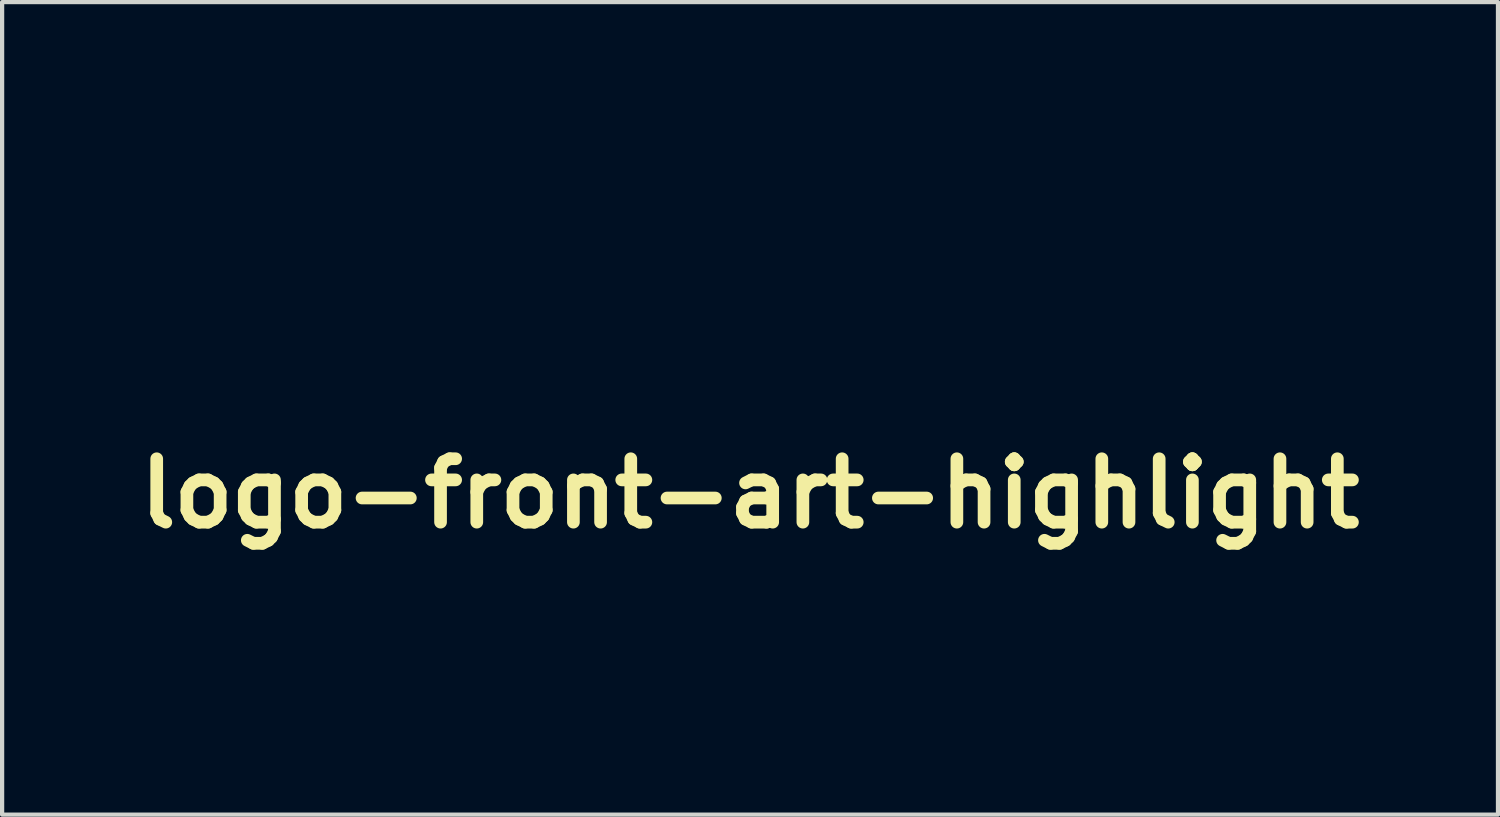
<source format=kicad_pcb>
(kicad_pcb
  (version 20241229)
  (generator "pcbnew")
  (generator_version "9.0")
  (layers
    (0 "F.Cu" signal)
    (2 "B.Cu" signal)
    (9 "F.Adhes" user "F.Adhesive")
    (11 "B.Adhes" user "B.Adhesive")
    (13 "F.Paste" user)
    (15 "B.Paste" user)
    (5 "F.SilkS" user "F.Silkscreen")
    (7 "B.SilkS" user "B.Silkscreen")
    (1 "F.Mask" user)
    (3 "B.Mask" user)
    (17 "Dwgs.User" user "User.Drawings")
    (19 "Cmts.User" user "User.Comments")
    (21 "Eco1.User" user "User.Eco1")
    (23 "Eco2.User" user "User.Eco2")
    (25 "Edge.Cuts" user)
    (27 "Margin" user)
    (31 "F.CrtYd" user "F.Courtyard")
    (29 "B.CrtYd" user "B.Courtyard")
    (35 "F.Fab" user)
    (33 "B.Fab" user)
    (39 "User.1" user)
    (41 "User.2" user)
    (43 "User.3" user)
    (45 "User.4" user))
  (footprint "logo-front-art-highlight"
    (layer "F.Cu")
    (at 14.693 8.624)
    (property "Reference" "logo-front-art-highlight" (at 0 0 0) (layer "F.SilkS") (effects (font (size 1.5 1.5) (thickness 0.3))))
    (attr board_only exclude_from_pos_files exclude_from_bom)
    (fp_poly (pts (xy 9.251 2.432) (xy 9.398 2.476) (xy 9.597 2.552) (xy 9.844 2.658) (xy 10.067 2.755) (xy 10.282 2.85) (xy 10.47 2.934) (xy 10.612 2.999) (xy 10.667 3.025) (xy 10.832 3.122) (xy 10.973 3.242) (xy 11.074 3.366) (xy 11.119 3.479) (xy 11.12 3.495) (xy 11.089 3.606) (xy 11.006 3.746) (xy 10.884 3.899) (xy 10.738 4.051) (xy 10.581 4.186) (xy 10.427 4.287) (xy 10.412 4.295) (xy 10.235 4.351) (xy 10.062 4.348) (xy 9.916 4.286) (xy 9.91 4.281) (xy 9.844 4.211) (xy 9.746 4.087) (xy 9.626 3.921) (xy 9.494 3.73) (xy 9.359 3.526) (xy 9.23 3.324) (xy 9.117 3.139) (xy 9.029 2.984) (xy 8.975 2.873) (xy 8.967 2.849) (xy 8.938 2.723) (xy 8.944 2.632) (xy 8.968 2.57) (xy 9.014 2.491) (xy 9.07 2.441) (xy 9.145 2.421)) (stroke (width 0) (type solid)) (fill yes) (layer "F.Mask"))
    (fp_poly (pts (xy -8.372 2.307) (xy -8.235 2.385) (xy -8.171 2.497) (xy -8.18 2.64) (xy -8.262 2.813) (xy -8.271 2.827) (xy -8.345 2.936) (xy -8.45 3.081) (xy -8.573 3.249) (xy -8.706 3.427) (xy -8.839 3.6) (xy -8.96 3.757) (xy -9.061 3.883) (xy -9.131 3.966) (xy -9.154 3.99) (xy -9.271 4.035) (xy -9.433 4.018) (xy -9.591 3.961) (xy -9.723 3.894) (xy -9.877 3.805) (xy -9.971 3.746) (xy -10.096 3.669) (xy -10.205 3.609) (xy -10.262 3.584) (xy -10.333 3.544) (xy -10.433 3.463) (xy -10.517 3.383) (xy -10.616 3.274) (xy -10.663 3.195) (xy -10.669 3.127) (xy -10.666 3.108) (xy -10.63 3.038) (xy -10.554 2.982) (xy -10.426 2.934) (xy -10.232 2.888) (xy -10.193 2.88) (xy -10.053 2.844) (xy -9.871 2.786) (xy -9.676 2.716) (xy -9.588 2.681) (xy -9.332 2.581) (xy -9.082 2.49) (xy -8.85 2.413) (xy -8.65 2.354) (xy -8.493 2.316) (xy -8.393 2.304)) (stroke (width 0) (type solid)) (fill yes) (layer "F.Mask"))
    (fp_poly (pts (xy 8.835 -8.25) (xy 9.006 -8.216) (xy 9.19 -8.157) (xy 9.359 -8.081) (xy 9.466 -8.013) (xy 9.57 -7.941) (xy 9.727 -7.841) (xy 9.921 -7.725) (xy 10.135 -7.602) (xy 10.35 -7.482) (xy 10.552 -7.374) (xy 10.66 -7.319) (xy 10.832 -7.206) (xy 10.937 -7.072) (xy 10.97 -6.928) (xy 10.954 -6.839) (xy 10.937 -6.795) (xy 10.915 -6.76) (xy 10.876 -6.728) (xy 10.809 -6.693) (xy 10.703 -6.65) (xy 10.548 -6.593) (xy 10.332 -6.517) (xy 10.24 -6.486) (xy 10.05 -6.418) (xy 9.821 -6.335) (xy 9.591 -6.25) (xy 9.48 -6.209) (xy 9.252 -6.124) (xy 9.087 -6.066) (xy 8.971 -6.032) (xy 8.893 -6.022) (xy 8.841 -6.031) (xy 8.801 -6.058) (xy 8.782 -6.077) (xy 8.745 -6.154) (xy 8.705 -6.304) (xy 8.662 -6.517) (xy 8.619 -6.786) (xy 8.576 -7.104) (xy 8.535 -7.462) (xy 8.522 -7.595) (xy 8.503 -7.833) (xy 8.503 -8.004) (xy 8.525 -8.121) (xy 8.572 -8.194) (xy 8.647 -8.236) (xy 8.704 -8.251)) (stroke (width 0) (type solid)) (fill yes) (layer "F.Mask"))
    (fp_poly (pts (xy -8.814 -8.162) (xy -8.729 -8.053) (xy -8.682 -7.928) (xy -8.63 -7.688) (xy -8.585 -7.397) (xy -8.55 -7.084) (xy -8.53 -6.779) (xy -8.526 -6.511) (xy -8.527 -6.49) (xy -8.534 -6.301) (xy -8.544 -6.175) (xy -8.561 -6.094) (xy -8.589 -6.041) (xy -8.631 -5.999) (xy -8.639 -5.993) (xy -8.733 -5.94) (xy -8.854 -5.926) (xy -8.919 -5.93) (xy -9.051 -5.931) (xy -9.225 -5.917) (xy -9.4 -5.892) (xy -9.589 -5.861) (xy -9.814 -5.828) (xy -10.03 -5.8) (xy -10.06 -5.796) (xy -10.361 -5.753) (xy -10.657 -5.693) (xy -10.982 -5.609) (xy -11.095 -5.577) (xy -11.218 -5.542) (xy -11.293 -5.527) (xy -11.348 -5.531) (xy -11.411 -5.554) (xy -11.427 -5.56) (xy -11.535 -5.639) (xy -11.584 -5.752) (xy -11.573 -5.875) (xy -11.502 -5.987) (xy -11.449 -6.027) (xy -11.319 -6.121) (xy -11.14 -6.268) (xy -10.917 -6.464) (xy -10.656 -6.705) (xy -10.362 -6.985) (xy -10.32 -7.025) (xy -10.086 -7.248) (xy -9.852 -7.463) (xy -9.626 -7.664) (xy -9.417 -7.842) (xy -9.233 -7.992) (xy -9.083 -8.106) (xy -8.973 -8.178) (xy -8.917 -8.2)) (stroke (width 0) (type solid)) (fill yes) (layer "F.Mask"))
    (fp_poly (pts (xy -8.747 -5.552) (xy -8.62 -5.517) (xy -8.538 -5.462) (xy -8.461 -5.346) (xy -8.443 -5.205) (xy -8.484 -5.029) (xy -8.581 -4.815) (xy -8.661 -4.648) (xy -8.695 -4.525) (xy -8.681 -4.425) (xy -8.619 -4.327) (xy -8.574 -4.276) (xy -8.476 -4.172) (xy -8.452 -2.916) (xy -8.446 -2.577) (xy -8.439 -2.239) (xy -8.433 -1.915) (xy -8.428 -1.623) (xy -8.424 -1.376) (xy -8.42 -1.191) (xy -8.42 -1.16) (xy -8.41 -0.637) (xy -8.397 -0.165) (xy -8.382 0.252) (xy -8.364 0.61) (xy -8.345 0.904) (xy -8.324 1.129) (xy -8.302 1.28) (xy -8.294 1.316) (xy -8.262 1.444) (xy -8.255 1.523) (xy -8.274 1.582) (xy -8.31 1.635) (xy -8.376 1.69) (xy -8.505 1.768) (xy -8.686 1.866) (xy -8.908 1.977) (xy -9.158 2.098) (xy -9.426 2.221) (xy -9.7 2.343) (xy -9.969 2.459) (xy -10.221 2.562) (xy -10.445 2.649) (xy -10.63 2.714) (xy -10.765 2.752) (xy -10.82 2.76) (xy -10.878 2.74) (xy -10.969 2.693) (xy -10.983 2.685) (xy -11.051 2.638) (xy -11.107 2.581) (xy -11.154 2.506) (xy -11.195 2.403) (xy -11.232 2.263) (xy -11.267 2.079) (xy -11.303 1.84) (xy -11.342 1.538) (xy -11.38 1.22) (xy -11.398 1.01) (xy -11.414 0.739) (xy -11.427 0.424) (xy -11.434 0.083) (xy -11.437 -0.22) (xy -11.439 -0.727) (xy -11.444 -1.208) (xy -11.451 -1.656) (xy -11.461 -2.062) (xy -11.472 -2.42) (xy -11.486 -2.722) (xy -11.501 -2.959) (xy -11.517 -3.125) (xy -11.519 -3.14) (xy -11.539 -3.314) (xy -11.55 -3.485) (xy -11.551 -3.6) (xy -11.55 -3.703) (xy -11.553 -3.866) (xy -11.559 -4.072) (xy -11.569 -4.302) (xy -11.575 -4.423) (xy -11.608 -5.066) (xy -11.509 -5.181) (xy -11.457 -5.237) (xy -11.403 -5.271) (xy -11.328 -5.29) (xy -11.211 -5.298) (xy -11.055 -5.301) (xy -10.87 -5.308) (xy -10.658 -5.325) (xy -10.409 -5.353) (xy -10.111 -5.395) (xy -9.754 -5.45) (xy -9.46 -5.498) (xy -9.158 -5.542) (xy -8.924 -5.56)) (stroke (width 0) (type solid)) (fill yes) (layer "F.Mask"))
    (fp_poly (pts (xy 10.98 -6.181) (xy 11.088 -6.123) (xy 11.167 -6.01) (xy 11.221 -5.837) (xy 11.257 -5.597) (xy 11.281 -5.284) (xy 11.285 -5.2) (xy 11.299 -4.941) (xy 11.317 -4.668) (xy 11.335 -4.411) (xy 11.353 -4.198) (xy 11.357 -4.16) (xy 11.37 -3.992) (xy 11.383 -3.755) (xy 11.396 -3.459) (xy 11.409 -3.117) (xy 11.422 -2.738) (xy 11.433 -2.334) (xy 11.443 -1.915) (xy 11.452 -1.492) (xy 11.459 -1.077) (xy 11.465 -0.68) (xy 11.469 -0.311) (xy 11.47 0.017) (xy 11.468 0.294) (xy 11.464 0.509) (xy 11.463 0.54) (xy 11.447 0.911) (xy 11.428 1.27) (xy 11.407 1.609) (xy 11.384 1.919) (xy 11.36 2.189) (xy 11.336 2.412) (xy 11.312 2.578) (xy 11.29 2.678) (xy 11.28 2.7) (xy 11.217 2.74) (xy 11.111 2.753) (xy 10.955 2.736) (xy 10.741 2.69) (xy 10.5 2.625) (xy 10.152 2.523) (xy 9.874 2.43) (xy 9.657 2.344) (xy 9.493 2.258) (xy 9.373 2.168) (xy 9.288 2.068) (xy 9.23 1.954) (xy 9.199 1.852) (xy 9.187 1.774) (xy 9.176 1.631) (xy 9.166 1.423) (xy 9.156 1.146) (xy 9.146 0.798) (xy 9.137 0.378) (xy 9.128 -0.117) (xy 9.119 -0.688) (xy 9.115 -0.98) (xy 9.109 -1.437) (xy 9.103 -1.873) (xy 9.097 -2.282) (xy 9.091 -2.657) (xy 9.085 -2.99) (xy 9.081 -3.274) (xy 9.076 -3.502) (xy 9.073 -3.667) (xy 9.07 -3.762) (xy 9.07 -3.778) (xy 9.07 -3.881) (xy 9.1 -3.945) (xy 9.178 -4.002) (xy 9.216 -4.025) (xy 9.321 -4.093) (xy 9.396 -4.159) (xy 9.409 -4.178) (xy 9.419 -4.261) (xy 9.393 -4.396) (xy 9.339 -4.567) (xy 9.261 -4.758) (xy 9.164 -4.951) (xy 9.135 -5.003) (xy 9.046 -5.175) (xy 8.999 -5.316) (xy 8.984 -5.458) (xy 8.983 -5.46) (xy 8.98 -5.529) (xy 8.979 -5.58) (xy 8.99 -5.62) (xy 9.022 -5.653) (xy 9.086 -5.686) (xy 9.19 -5.722) (xy 9.346 -5.768) (xy 9.562 -5.829) (xy 9.74 -5.879) (xy 9.947 -5.939) (xy 10.153 -6.001) (xy 10.331 -6.056) (xy 10.42 -6.086) (xy 10.652 -6.156) (xy 10.837 -6.19)) (stroke (width 0) (type solid)) (fill yes) (layer "F.Mask"))
    (fp_poly (pts (xy -1.058 -8.622) (xy -0.766 -8.614) (xy -0.412 -8.601) (xy -0.41 -8.601) (xy -0.117 -8.589) (xy 0.158 -8.577) (xy 0.403 -8.566) (xy 0.603 -8.555) (xy 0.748 -8.546) (xy 0.82 -8.54) (xy 1.026 -8.517) (xy 1.295 -8.494) (xy 1.612 -8.47) (xy 1.96 -8.446) (xy 2.322 -8.424) (xy 2.683 -8.405) (xy 3.025 -8.39) (xy 3.32 -8.38) (xy 3.615 -8.37) (xy 3.921 -8.354) (xy 4.214 -8.335) (xy 4.473 -8.315) (xy 4.675 -8.294) (xy 4.68 -8.293) (xy 4.936 -8.265) (xy 5.185 -8.25) (xy 5.453 -8.246) (xy 5.767 -8.253) (xy 5.86 -8.257) (xy 6.158 -8.269) (xy 6.497 -8.281) (xy 6.84 -8.293) (xy 7.15 -8.303) (xy 7.213 -8.305) (xy 7.886 -8.325) (xy 8.02 -8.223) (xy 8.097 -8.154) (xy 8.155 -8.071) (xy 8.199 -7.961) (xy 8.232 -7.809) (xy 8.26 -7.603) (xy 8.279 -7.4) (xy 8.306 -7.06) (xy 8.319 -6.792) (xy 8.318 -6.585) (xy 8.304 -6.434) (xy 8.275 -6.329) (xy 8.244 -6.274) (xy 8.219 -6.246) (xy 8.19 -6.224) (xy 8.147 -6.207) (xy 8.08 -6.194) (xy 7.981 -6.184) (xy 7.838 -6.177) (xy 7.643 -6.171) (xy 7.385 -6.165) (xy 7.114 -6.16) (xy 6.794 -6.154) (xy 6.544 -6.151) (xy 6.356 -6.151) (xy 6.219 -6.154) (xy 6.123 -6.161) (xy 6.06 -6.172) (xy 6.02 -6.187) (xy 5.992 -6.208) (xy 5.99 -6.21) (xy 5.934 -6.258) (xy 5.879 -6.274) (xy 5.804 -6.256) (xy 5.686 -6.203) (xy 5.63 -6.175) (xy 5.54 -6.131) (xy 5.465 -6.102) (xy 5.386 -6.088) (xy 5.284 -6.086) (xy 5.14 -6.094) (xy 4.941 -6.111) (xy 4.713 -6.126) (xy 4.493 -6.131) (xy 4.309 -6.128) (xy 4.22 -6.12) (xy 4.06 -6.107) (xy 3.861 -6.103) (xy 3.662 -6.108) (xy 3.637 -6.109) (xy 3.295 -6.131) (xy 3.186 -6.339) (xy 3.066 -6.53) (xy 2.902 -6.74) (xy 2.717 -6.942) (xy 2.533 -7.11) (xy 2.521 -7.119) (xy 2.364 -7.243) (xy 1.572 -6.727) (xy 0.78 -6.211) (xy -0.34 -6.156) (xy -0.875 -6.131) (xy -1.342 -6.114) (xy -1.752 -6.104) (xy -2.115 -6.101) (xy -2.443 -6.104) (xy -2.66 -6.111) (xy -2.831 -6.115) (xy -3.062 -6.117) (xy -3.342 -6.118) (xy -3.661 -6.116) (xy -4.006 -6.113) (xy -4.369 -6.109) (xy -4.737 -6.103) (xy -5.101 -6.096) (xy -5.449 -6.089) (xy -5.771 -6.081) (xy -6.055 -6.072) (xy -6.292 -6.063) (xy -6.471 -6.054) (xy -6.58 -6.045) (xy -6.862 -6.017) (xy -7.114 -6.006) (xy -7.317 -6.012) (xy -7.42 -6.027) (xy -7.557 -6.07) (xy -7.653 -6.141) (xy -7.716 -6.253) (xy -7.756 -6.419) (xy -7.776 -6.586) (xy -7.801 -6.744) (xy -7.848 -6.938) (xy -7.907 -7.131) (xy -7.919 -7.164) (xy -7.974 -7.321) (xy -8.016 -7.455) (xy -8.038 -7.544) (xy -8.04 -7.561) (xy -8.058 -7.63) (xy -8.106 -7.741) (xy -8.159 -7.844) (xy -8.251 -8.056) (xy -8.277 -8.238) (xy -8.237 -8.383) (xy -8.133 -8.486) (xy -8.071 -8.516) (xy -7.989 -8.53) (xy -7.847 -8.538) (xy -7.667 -8.539) (xy -7.515 -8.534) (xy -7.28 -8.53) (xy -7.024 -8.535) (xy -6.786 -8.548) (xy -6.681 -8.559) (xy -6.542 -8.575) (xy -6.415 -8.588) (xy -6.289 -8.597) (xy -6.155 -8.603) (xy -6.004 -8.606) (xy -5.827 -8.606) (xy -5.614 -8.603) (xy -5.355 -8.596) (xy -5.042 -8.586) (xy -4.665 -8.573) (xy -4.36 -8.562) (xy -3.963 -8.548) (xy -3.634 -8.538) (xy -3.361 -8.532) (xy -3.131 -8.529) (xy -2.932 -8.53) (xy -2.752 -8.535) (xy -2.578 -8.544) (xy -2.4 -8.558) (xy -2.203 -8.575) (xy -2.19 -8.576) (xy -1.949 -8.597) (xy -1.733 -8.612) (xy -1.524 -8.621) (xy -1.304 -8.624)) (stroke (width 0) (type solid)) (fill yes) (layer "F.Mask"))
    (fp_poly (pts (xy -6.712 2.397) (xy -6.359 2.404) (xy -5.969 2.415) (xy -5.55 2.43) (xy -5.108 2.447) (xy -4.84 2.459) (xy -4.509 2.474) (xy -4.189 2.488) (xy -3.892 2.5) (xy -3.633 2.509) (xy -3.422 2.516) (xy -3.272 2.519) (xy -3.229 2.52) (xy -3.052 2.525) (xy -2.919 2.544) (xy -2.794 2.587) (xy -2.669 2.647) (xy -2.515 2.718) (xy -2.337 2.79) (xy -2.152 2.858) (xy -1.976 2.915) (xy -1.828 2.956) (xy -1.726 2.974) (xy -1.694 2.972) (xy -1.643 2.929) (xy -1.571 2.842) (xy -1.531 2.786) (xy -1.42 2.62) (xy -0.56 2.603) (xy -0.256 2.597) (xy 0.068 2.592) (xy 0.385 2.587) (xy 0.672 2.584) (xy 0.894 2.583) (xy 1.488 2.58) (xy 1.562 2.774) (xy 1.646 2.957) (xy 1.734 3.068) (xy 1.836 3.116) (xy 1.88 3.12) (xy 1.979 3.106) (xy 2.132 3.067) (xy 2.322 3.01) (xy 2.529 2.942) (xy 2.733 2.869) (xy 2.916 2.797) (xy 3.06 2.733) (xy 3.121 2.699) (xy 3.293 2.591) (xy 5.236 2.616) (xy 5.881 2.625) (xy 6.448 2.635) (xy 6.939 2.646) (xy 7.356 2.658) (xy 7.701 2.671) (xy 7.975 2.686) (xy 8.182 2.702) (xy 8.322 2.719) (xy 8.398 2.738) (xy 8.405 2.742) (xy 8.463 2.794) (xy 8.554 2.898) (xy 8.664 3.035) (xy 8.781 3.191) (xy 8.894 3.35) (xy 8.98 3.48) (xy 9.07 3.614) (xy 9.183 3.767) (xy 9.257 3.86) (xy 9.442 4.093) (xy 9.569 4.276) (xy 9.643 4.411) (xy 9.663 4.502) (xy 9.66 4.52) (xy 9.635 4.565) (xy 9.583 4.588) (xy 9.484 4.597) (xy 9.387 4.597) (xy 9.242 4.59) (xy 9.119 4.575) (xy 9.06 4.56) (xy 9 4.55) (xy 8.871 4.541) (xy 8.685 4.533) (xy 8.453 4.527) (xy 8.186 4.522) (xy 7.9 4.519) (xy 7.264 4.516) (xy 6.704 4.512) (xy 6.214 4.508) (xy 5.79 4.503) (xy 5.427 4.497) (xy 5.121 4.49) (xy 4.866 4.483) (xy 4.659 4.474) (xy 4.494 4.465) (xy 4.367 4.454) (xy 4.273 4.442) (xy 4.24 4.436) (xy 4.075 4.413) (xy 3.847 4.399) (xy 3.55 4.393) (xy 3.2 4.396) (xy 2.957 4.399) (xy 2.746 4.402) (xy 2.557 4.405) (xy 2.379 4.406) (xy 2.202 4.407) (xy 2.015 4.406) (xy 1.807 4.405) (xy 1.569 4.402) (xy 1.288 4.398) (xy 0.955 4.394) (xy 0.56 4.388) (xy 0.28 4.383) (xy -0.13 4.377) (xy -0.569 4.372) (xy -1.017 4.368) (xy -1.455 4.365) (xy -1.865 4.362) (xy -2.227 4.361) (xy -2.44 4.361) (xy -2.871 4.36) (xy -3.233 4.354) (xy -3.534 4.344) (xy -3.786 4.328) (xy -3.997 4.307) (xy -4.037 4.302) (xy -4.263 4.276) (xy -4.5 4.255) (xy -4.715 4.242) (xy -4.822 4.24) (xy -4.991 4.235) (xy -5.211 4.222) (xy -5.454 4.202) (xy -5.692 4.177) (xy -5.695 4.177) (xy -5.953 4.15) (xy -6.153 4.137) (xy -6.316 4.137) (xy -6.464 4.149) (xy -6.518 4.157) (xy -6.88 4.195) (xy -7.194 4.187) (xy -7.482 4.133) (xy -7.484 4.132) (xy -7.61 4.1) (xy -7.71 4.086) (xy -7.812 4.09) (xy -7.947 4.111) (xy -8.057 4.134) (xy -8.252 4.169) (xy -8.391 4.179) (xy -8.493 4.16) (xy -8.578 4.113) (xy -8.61 4.088) (xy -8.667 4.016) (xy -8.68 3.928) (xy -8.645 3.817) (xy -8.558 3.674) (xy -8.417 3.492) (xy -8.294 3.349) (xy -8.199 3.227) (xy -8.127 3.107) (xy -8.099 3.035) (xy -8.055 2.92) (xy -7.997 2.837) (xy -7.929 2.757) (xy -7.849 2.645) (xy -7.823 2.605) (xy -7.753 2.503) (xy -7.693 2.432) (xy -7.675 2.417) (xy -7.613 2.405) (xy -7.479 2.397) (xy -7.28 2.393) (xy -7.022 2.393)) (stroke (width 0) (type solid)) (fill yes) (layer "F.Mask"))
    (fp_poly (pts (xy 6.479 -5.753) (xy 6.648 -5.742) (xy 6.885 -5.723) (xy 7.194 -5.695) (xy 7.579 -5.658) (xy 7.78 -5.638) (xy 7.935 -5.623) (xy 8.06 -5.61) (xy 8.133 -5.603) (xy 8.14 -5.602) (xy 8.123 -5.584) (xy 8.046 -5.535) (xy 7.922 -5.463) (xy 7.764 -5.375) (xy 7.74 -5.362) (xy 7.507 -5.233) (xy 7.337 -5.13) (xy 7.223 -5.046) (xy 7.155 -4.973) (xy 7.124 -4.904) (xy 7.12 -4.863) (xy 7.14 -4.771) (xy 7.193 -4.627) (xy 7.274 -4.446) (xy 7.373 -4.243) (xy 7.482 -4.033) (xy 7.596 -3.834) (xy 7.705 -3.658) (xy 7.754 -3.587) (xy 7.834 -3.479) (xy 7.893 -3.425) (xy 7.953 -3.409) (xy 8.036 -3.42) (xy 8.16 -3.457) (xy 8.303 -3.519) (xy 8.353 -3.547) (xy 8.455 -3.601) (xy 8.524 -3.631) (xy 8.54 -3.633) (xy 8.545 -3.591) (xy 8.55 -3.479) (xy 8.557 -3.308) (xy 8.564 -3.087) (xy 8.572 -2.826) (xy 8.58 -2.535) (xy 8.582 -2.46) (xy 8.589 -2.162) (xy 8.598 -1.891) (xy 8.606 -1.655) (xy 8.614 -1.466) (xy 8.622 -1.334) (xy 8.629 -1.269) (xy 8.63 -1.265) (xy 8.638 -1.216) (xy 8.647 -1.1) (xy 8.658 -0.928) (xy 8.669 -0.713) (xy 8.68 -0.467) (xy 8.683 -0.385) (xy 8.695 -0.078) (xy 8.708 0.254) (xy 8.721 0.584) (xy 8.734 0.884) (xy 8.743 1.1) (xy 8.753 1.458) (xy 8.747 1.743) (xy 8.725 1.962) (xy 8.686 2.119) (xy 8.628 2.221) (xy 8.587 2.258) (xy 8.516 2.281) (xy 8.391 2.304) (xy 8.233 2.325) (xy 8.06 2.342) (xy 7.893 2.352) (xy 7.753 2.355) (xy 7.659 2.349) (xy 7.632 2.339) (xy 7.588 2.333) (xy 7.471 2.328) (xy 7.292 2.324) (xy 7.058 2.32) (xy 6.779 2.318) (xy 6.461 2.316) (xy 6.115 2.316) (xy 5.942 2.316) (xy 5.586 2.317) (xy 5.257 2.315) (xy 4.961 2.313) (xy 4.708 2.309) (xy 4.507 2.304) (xy 4.364 2.298) (xy 4.289 2.291) (xy 4.28 2.287) (xy 4.317 2.269) (xy 4.419 2.244) (xy 4.569 2.214) (xy 4.755 2.185) (xy 4.776 2.181) (xy 4.97 2.151) (xy 5.137 2.122) (xy 5.26 2.097) (xy 5.322 2.079) (xy 5.323 2.078) (xy 5.342 2.045) (xy 5.356 1.968) (xy 5.366 1.839) (xy 5.372 1.649) (xy 5.376 1.391) (xy 5.377 1.233) (xy 5.377 0.955) (xy 5.376 0.744) (xy 5.371 0.59) (xy 5.362 0.481) (xy 5.349 0.405) (xy 5.329 0.351) (xy 5.304 0.308) (xy 5.261 0.25) (xy 5.215 0.219) (xy 5.145 0.208) (xy 5.029 0.214) (xy 4.944 0.221) (xy 4.758 0.239) (xy 4.545 0.264) (xy 4.323 0.294) (xy 4.108 0.325) (xy 3.921 0.356) (xy 3.776 0.382) (xy 3.694 0.403) (xy 3.694 0.403) (xy 3.62 0.471) (xy 3.57 0.605) (xy 3.546 0.794) (xy 3.551 1.026) (xy 3.56 1.12) (xy 3.582 1.305) (xy 3.608 1.528) (xy 3.634 1.748) (xy 3.64 1.799) (xy 3.661 1.964) (xy 3.68 2.096) (xy 3.696 2.178) (xy 3.701 2.195) (xy 3.747 2.208) (xy 3.849 2.225) (xy 3.969 2.241) (xy 4.073 2.253) (xy 4.12 2.262) (xy 4.105 2.267) (xy 4.022 2.271) (xy 3.865 2.274) (xy 3.799 2.275) (xy 3.379 2.28) (xy 3.264 1.95) (xy 3.173 1.704) (xy 3.078 1.472) (xy 2.987 1.27) (xy 2.905 1.109) (xy 2.837 1.004) (xy 2.81 0.976) (xy 2.751 0.941) (xy 2.681 0.928) (xy 2.588 0.938) (xy 2.458 0.975) (xy 2.278 1.041) (xy 2.119 1.104) (xy 1.818 1.227) (xy 1.585 1.328) (xy 1.414 1.416) (xy 1.297 1.497) (xy 1.229 1.578) (xy 1.202 1.667) (xy 1.209 1.77) (xy 1.245 1.895) (xy 1.282 1.996) (xy 1.364 2.211) (xy 1.112 2.187) (xy 1.003 2.179) (xy 0.827 2.17) (xy 0.6 2.161) (xy 0.335 2.151) (xy 0.046 2.142) (xy -0.19 2.135) (xy -0.47 2.128) (xy -0.723 2.12) (xy -0.936 2.113) (xy -1.1 2.107) (xy -1.205 2.102) (xy -1.24 2.099) (xy -1.225 2.061) (xy -1.187 1.97) (xy -1.143 1.871) (xy -1.058 1.659) (xy -1.001 1.476) (xy -0.976 1.338) (xy -0.982 1.269) (xy -1.037 1.214) (xy -1.161 1.145) (xy -1.345 1.063) (xy -1.582 0.973) (xy -1.8 0.898) (xy -1.98 0.838) (xy -2.155 0.775) (xy -2.293 0.722) (xy -2.318 0.712) (xy -2.442 0.67) (xy -2.549 0.654) (xy -2.582 0.657) (xy -2.67 0.716) (xy -2.769 0.849) (xy -2.877 1.05) (xy -2.989 1.315) (xy -3.089 1.59) (xy -3.261 2.1) (xy -3.49 2.064) (xy -3.618 2.04) (xy -3.684 2.015) (xy -3.704 1.979) (xy -3.699 1.944) (xy -3.672 1.819) (xy -3.636 1.645) (xy -3.594 1.439) (xy -3.549 1.219) (xy -3.505 1.001) (xy -3.466 0.803) (xy -3.435 0.643) (xy -3.416 0.537) (xy -3.412 0.514) (xy -3.406 0.408) (xy -3.438 0.343) (xy -3.487 0.305) (xy -3.597 0.255) (xy -3.764 0.206) (xy -3.973 0.159) (xy -4.206 0.118) (xy -4.448 0.084) (xy -4.682 0.06) (xy -4.891 0.047) (xy -5.059 0.049) (xy -5.171 0.066) (xy -5.188 0.073) (xy -5.255 0.148) (xy -5.315 0.298) (xy -5.335 0.369) (xy -5.378 0.565) (xy -5.422 0.811) (xy -5.463 1.081) (xy -5.496 1.348) (xy -5.52 1.585) (xy -5.528 1.732) (xy -5.537 1.868) (xy -5.556 1.935) (xy -5.586 1.943) (xy -5.639 1.937) (xy -5.76 1.929) (xy -5.937 1.92) (xy -6.159 1.911) (xy -6.413 1.903) (xy -6.568 1.898) (xy -6.926 1.887) (xy -7.212 1.873) (xy -7.432 1.851) (xy -7.595 1.82) (xy -7.708 1.774) (xy -7.778 1.711) (xy -7.812 1.626) (xy -7.819 1.516) (xy -7.806 1.377) (xy -7.794 1.3) (xy -7.778 1.144) (xy -7.773 0.939) (xy -7.778 0.676) (xy -7.794 0.345) (xy -7.798 0.266) (xy -7.816 -0.029) (xy -7.835 -0.35) (xy -7.842 -0.479) (xy -3.614 -0.479) (xy -3.503 -0.363) (xy -3.424 -0.303) (xy -3.289 -0.221) (xy -3.114 -0.127) (xy -2.917 -0.031) (xy -2.886 -0.017) (xy -2.701 0.068) (xy -2.544 0.143) (xy -2.427 0.201) (xy -2.366 0.235) (xy -2.36 0.24) (xy -2.274 0.305) (xy -2.156 0.346) (xy -2.083 0.35) (xy -2.043 0.336) (xy -1.999 0.298) (xy -1.943 0.225) (xy -1.871 0.109) (xy -1.776 -0.06) (xy -1.651 -0.289) (xy -1.635 -0.321) (xy -1.5 -0.578) (xy -1.403 -0.775) (xy -1.34 -0.918) (xy -1.309 -1.015) (xy -1.306 -1.073) (xy -1.307 -1.073) (xy -1.331 -1.113) (xy -1.357 -1.136) (xy 1.324 -1.136) (xy 1.327 -1.052) (xy 1.365 -0.943) (xy 1.441 -0.8) (xy 1.559 -0.611) (xy 1.715 -0.38) (xy 1.874 -0.152) (xy 2.004 0.013) (xy 2.112 0.121) (xy 2.21 0.179) (xy 2.307 0.193) (xy 2.414 0.168) (xy 2.532 0.114) (xy 2.665 0.041) (xy 2.831 -0.06) (xy 3.014 -0.175) (xy 3.196 -0.296) (xy 3.363 -0.411) (xy 3.496 -0.508) (xy 3.581 -0.578) (xy 3.59 -0.587) (xy 3.652 -0.665) (xy 3.68 -0.721) (xy 3.68 -0.723) (xy 3.661 -0.784) (xy 3.608 -0.899) (xy 3.53 -1.055) (xy 3.434 -1.237) (xy 3.328 -1.432) (xy 3.219 -1.626) (xy 3.115 -1.804) (xy 3.024 -1.953) (xy 2.954 -2.059) (xy 2.928 -2.092) (xy 2.834 -2.145) (xy 2.773 -2.142) (xy 2.711 -2.113) (xy 2.596 -2.048) (xy 2.442 -1.955) (xy 2.262 -1.843) (xy 2.07 -1.721) (xy 1.879 -1.597) (xy 1.703 -1.479) (xy 1.555 -1.378) (xy 1.449 -1.3) (xy 1.41 -1.269) (xy 1.353 -1.205) (xy 1.324 -1.136) (xy -1.357 -1.136) (xy -1.389 -1.164) (xy -1.49 -1.229) (xy -1.64 -1.314) (xy -1.849 -1.423) (xy -2.083 -1.541) (xy -2.835 -1.918) (xy -2.944 -1.789) (xy -3.018 -1.684) (xy -3.101 -1.538) (xy -3.169 -1.4) (xy -3.244 -1.237) (xy -3.338 -1.04) (xy -3.431 -0.847) (xy -3.45 -0.809) (xy -3.614 -0.479) (xy -7.842 -0.479) (xy -7.853 -0.667) (xy -7.87 -0.951) (xy -7.879 -1.1) (xy -7.89 -1.314) (xy -7.9 -1.533) (xy -5.679 -1.533) (xy -5.675 -1.491) (xy -5.654 -1.451) (xy -5.608 -1.404) (xy -5.528 -1.345) (xy -5.405 -1.266) (xy -5.23 -1.162) (xy -4.995 -1.025) (xy -4.987 -1.021) (xy -4.713 -0.868) (xy -4.497 -0.757) (xy -4.332 -0.685) (xy -4.208 -0.648) (xy -4.154 -0.642) (xy -4.088 -0.669) (xy -4.004 -0.74) (xy -3.979 -0.769) (xy -3.916 -0.858) (xy -3.836 -0.996) (xy -3.743 -1.168) (xy -3.646 -1.36) (xy -3.552 -1.557) (xy -3.467 -1.744) (xy -3.398 -1.907) (xy -3.352 -2.032) (xy -3.337 -2.104) (xy -3.338 -2.111) (xy -3.384 -2.163) (xy -3.481 -2.23) (xy -3.59 -2.288) (xy -3.599 -2.292) (xy -2.756 -2.292) (xy -2.742 -2.251) (xy -2.719 -2.232) (xy -2.554 -2.137) (xy -2.356 -2.027) (xy -2.143 -1.912) (xy -1.929 -1.8) (xy -1.731 -1.699) (xy -1.566 -1.618) (xy -1.45 -1.566) (xy -1.427 -1.558) (xy -1.268 -1.505) (xy -1.16 -1.487) (xy -1.081 -1.505) (xy -1.01 -1.56) (xy -0.986 -1.584) (xy -0.898 -1.701) (xy -0.799 -1.866) (xy -0.696 -2.064) (xy -0.595 -2.282) (xy -0.501 -2.505) (xy -0.421 -2.718) (xy -0.361 -2.907) (xy -0.347 -2.969) (xy 0.272 -2.969) (xy 0.299 -2.87) (xy 0.336 -2.787) (xy 0.404 -2.654) (xy 0.496 -2.485) (xy 0.603 -2.295) (xy 0.716 -2.099) (xy 0.827 -1.911) (xy 0.927 -1.746) (xy 1.008 -1.62) (xy 1.061 -1.545) (xy 1.068 -1.538) (xy 1.146 -1.488) (xy 1.243 -1.492) (xy 1.372 -1.546) (xy 1.469 -1.602) (xy 1.615 -1.694) (xy 1.793 -1.811) (xy 1.987 -1.941) (xy 2.179 -2.073) (xy 2.354 -2.197) (xy 2.496 -2.3) (xy 2.513 -2.313) (xy 3.304 -2.313) (xy 3.307 -2.256) (xy 3.333 -2.171) (xy 3.385 -2.047) (xy 3.467 -1.871) (xy 3.519 -1.765) (xy 3.66 -1.484) (xy 3.789 -1.241) (xy 3.902 -1.046) (xy 3.992 -0.907) (xy 4.055 -0.832) (xy 4.059 -0.829) (xy 4.138 -0.812) (xy 4.262 -0.831) (xy 4.409 -0.881) (xy 4.48 -0.914) (xy 4.569 -0.959) (xy 4.71 -1.031) (xy 4.886 -1.12) (xy 5.077 -1.217) (xy 5.102 -1.23) (xy 5.285 -1.324) (xy 5.444 -1.412) (xy 5.564 -1.483) (xy 5.631 -1.53) (xy 5.636 -1.535) (xy 5.65 -1.567) (xy 5.646 -1.619) (xy 5.621 -1.7) (xy 5.57 -1.82) (xy 5.49 -1.989) (xy 5.377 -2.218) (xy 5.357 -2.259) (xy 5.222 -2.525) (xy 5.115 -2.728) (xy 5.03 -2.876) (xy 4.961 -2.976) (xy 4.902 -3.038) (xy 4.847 -3.069) (xy 4.789 -3.08) (xy 4.778 -3.08) (xy 4.7 -3.062) (xy 4.569 -3.013) (xy 4.399 -2.941) (xy 4.205 -2.851) (xy 4 -2.751) (xy 3.799 -2.649) (xy 3.616 -2.551) (xy 3.465 -2.465) (xy 3.361 -2.396) (xy 3.318 -2.357) (xy 3.304 -2.313) (xy 2.513 -2.313) (xy 2.587 -2.372) (xy 2.59 -2.374) (xy 2.668 -2.455) (xy 2.711 -2.54) (xy 2.715 -2.639) (xy 2.68 -2.765) (xy 2.603 -2.93) (xy 2.483 -3.145) (xy 2.448 -3.203) (xy 2.287 -3.47) (xy 2.14 -3.704) (xy 2.014 -3.898) (xy 1.912 -4.043) (xy 1.84 -4.133) (xy 1.805 -4.16) (xy 1.759 -4.139) (xy 1.658 -4.082) (xy 1.517 -3.996) (xy 1.347 -3.891) (xy 1.161 -3.773) (xy 0.973 -3.652) (xy 0.795 -3.535) (xy 0.639 -3.43) (xy 0.518 -3.346) (xy 0.455 -3.298) (xy 0.333 -3.184) (xy 0.275 -3.082) (xy 0.272 -2.969) (xy -0.347 -2.969) (xy -0.327 -3.057) (xy -0.325 -3.153) (xy -0.328 -3.162) (xy -0.373 -3.204) (xy -0.478 -3.271) (xy -0.628 -3.355) (xy -0.811 -3.45) (xy -1.011 -3.55) (xy -1.215 -3.646) (xy -1.409 -3.734) (xy -1.579 -3.805) (xy -1.711 -3.853) (xy -1.783 -3.87) (xy -1.879 -3.877) (xy -1.946 -3.862) (xy -2.006 -3.81) (xy -2.085 -3.708) (xy -2.095 -3.695) (xy -2.206 -3.527) (xy -2.33 -3.311) (xy -2.457 -3.07) (xy -2.572 -2.831) (xy -2.663 -2.616) (xy -2.705 -2.499) (xy -2.744 -2.368) (xy -2.756 -2.292) (xy -3.599 -2.292) (xy -3.716 -2.35) (xy -3.888 -2.441) (xy -4.083 -2.548) (xy -4.28 -2.659) (xy -4.28 -2.659) (xy -4.495 -2.779) (xy -4.653 -2.856) (xy -4.761 -2.896) (xy -4.829 -2.901) (xy -4.832 -2.9) (xy -4.894 -2.856) (xy -4.984 -2.753) (xy -5.093 -2.607) (xy -5.213 -2.431) (xy -5.334 -2.238) (xy -5.45 -2.043) (xy -5.55 -1.859) (xy -5.627 -1.7) (xy -5.672 -1.58) (xy -5.679 -1.533) (xy -7.9 -1.533) (xy -7.902 -1.589) (xy -7.915 -1.903) (xy -7.927 -2.236) (xy -7.938 -2.57) (xy -7.939 -2.607) (xy -7.513 -2.607) (xy -7.5 -2.487) (xy -7.445 -2.405) (xy -7.386 -2.361) (xy -7.27 -2.285) (xy -7.11 -2.187) (xy -6.92 -2.074) (xy -6.713 -1.954) (xy -6.502 -1.835) (xy -6.32 -1.735) (xy -6.228 -1.69) (xy -6.169 -1.69) (xy -6.11 -1.736) (xy -6.096 -1.749) (xy -6 -1.869) (xy -5.879 -2.06) (xy -5.734 -2.319) (xy -5.568 -2.643) (xy -5.544 -2.693) (xy -5.311 -3.165) (xy -5.395 -3.255) (xy -5.468 -3.316) (xy -5.552 -3.376) (xy -4.702 -3.376) (xy -4.669 -3.332) (xy -4.585 -3.266) (xy -4.443 -3.175) (xy -4.24 -3.057) (xy -3.97 -2.908) (xy -3.936 -2.89) (xy -3.712 -2.771) (xy -3.511 -2.667) (xy -3.343 -2.585) (xy -3.219 -2.529) (xy -3.151 -2.505) (xy -3.142 -2.505) (xy -3.101 -2.545) (xy -3.032 -2.639) (xy -2.948 -2.768) (xy -2.909 -2.832) (xy -2.811 -3.002) (xy -2.697 -3.214) (xy -2.583 -3.434) (xy -2.518 -3.566) (xy -2.424 -3.767) (xy -2.367 -3.912) (xy -2.35 -4.018) (xy -2.374 -4.098) (xy -2.44 -4.169) (xy -2.551 -4.247) (xy -2.589 -4.271) (xy -2.871 -4.443) (xy -3.14 -4.594) (xy -3.385 -4.719) (xy -3.598 -4.815) (xy -3.768 -4.875) (xy -3.886 -4.896) (xy -3.915 -4.893) (xy -3.962 -4.85) (xy -4.035 -4.748) (xy -4.126 -4.6) (xy -4.229 -4.419) (xy -4.337 -4.219) (xy -4.442 -4.013) (xy -4.539 -3.814) (xy -4.619 -3.637) (xy -4.676 -3.495) (xy -4.702 -3.4) (xy -4.702 -3.376) (xy -5.552 -3.376) (xy -5.594 -3.406) (xy -5.757 -3.515) (xy -5.94 -3.631) (xy -6.126 -3.744) (xy -6.3 -3.844) (xy -6.443 -3.92) (xy -6.453 -3.925) (xy -6.584 -3.98) (xy -6.669 -3.991) (xy -6.708 -3.977) (xy -6.75 -3.935) (xy -6.818 -3.844) (xy -6.913 -3.701) (xy -7.04 -3.5) (xy -7.2 -3.237) (xy -7.365 -2.961) (xy -7.469 -2.762) (xy -7.513 -2.607) (xy -7.939 -2.607) (xy -7.943 -2.753) (xy -7.972 -3.806) (xy -7.816 -3.738) (xy -7.649 -3.666) (xy -7.538 -3.623) (xy -7.462 -3.611) (xy -7.404 -3.628) (xy -7.344 -3.676) (xy -7.277 -3.741) (xy -7.14 -3.89) (xy -7.001 -4.07) (xy -6.87 -4.265) (xy -6.753 -4.463) (xy -6.66 -4.648) (xy -6.597 -4.807) (xy -6.575 -4.924) (xy -6.58 -4.958) (xy -6.622 -5.014) (xy -6.716 -5.101) (xy -6.846 -5.205) (xy -6.949 -5.28) (xy -7.294 -5.52) (xy -7.097 -5.523) (xy -6.977 -5.526) (xy -6.802 -5.535) (xy -6.597 -5.547) (xy -6.42 -5.558) (xy -6.233 -5.57) (xy -6.078 -5.577) (xy -5.97 -5.58) (xy -5.926 -5.578) (xy -5.925 -5.578) (xy -5.935 -5.539) (xy -5.975 -5.458) (xy -5.991 -5.432) (xy -6.04 -5.345) (xy -6.115 -5.206) (xy -6.206 -5.034) (xy -6.302 -4.85) (xy -6.398 -4.66) (xy -6.461 -4.526) (xy -6.494 -4.435) (xy -6.503 -4.372) (xy -6.492 -4.325) (xy -6.485 -4.31) (xy -6.464 -4.278) (xy -6.428 -4.243) (xy -6.369 -4.2) (xy -6.28 -4.145) (xy -6.152 -4.073) (xy -5.976 -3.979) (xy -5.744 -3.857) (xy -5.507 -3.733) (xy -5.154 -3.55) (xy -5.039 -3.661) (xy -4.988 -3.728) (xy -4.911 -3.849) (xy -4.817 -4.01) (xy -4.712 -4.198) (xy -4.604 -4.399) (xy -4.5 -4.598) (xy -4.409 -4.781) (xy -4.337 -4.934) (xy -4.292 -5.043) (xy -4.28 -5.089) (xy -4.311 -5.165) (xy -4.409 -5.255) (xy -4.575 -5.362) (xy -4.79 -5.476) (xy -4.934 -5.549) (xy -5.046 -5.608) (xy -5.111 -5.643) (xy -5.12 -5.65) (xy -5.081 -5.652) (xy -4.969 -5.654) (xy -4.79 -5.656) (xy -4.552 -5.658) (xy -4.26 -5.66) (xy -3.922 -5.662) (xy -3.544 -5.664) (xy -3.133 -5.665) (xy -2.696 -5.667) (xy -2.578 -5.667) (xy -0.035 -5.674) (xy -0.288 -5.483) (xy -0.509 -5.304) (xy -0.675 -5.143) (xy -0.78 -5.008) (xy -0.821 -4.902) (xy -0.818 -4.868) (xy -0.768 -4.756) (xy -0.679 -4.604) (xy -0.56 -4.426) (xy -0.425 -4.238) (xy -0.283 -4.055) (xy -0.148 -3.892) (xy -0.03 -3.766) (xy 0.059 -3.691) (xy 0.066 -3.687) (xy 0.166 -3.674) (xy 0.319 -3.716) (xy 0.527 -3.814) (xy 0.759 -3.949) (xy 0.968 -4.081) (xy 1.214 -4.24) (xy 1.278 -4.282) (xy 2.29 -4.282) (xy 2.295 -4.191) (xy 2.297 -4.181) (xy 2.325 -4.095) (xy 2.382 -3.954) (xy 2.462 -3.775) (xy 2.557 -3.572) (xy 2.659 -3.363) (xy 2.76 -3.163) (xy 2.853 -2.988) (xy 2.931 -2.855) (xy 2.938 -2.844) (xy 3.011 -2.745) (xy 3.087 -2.694) (xy 3.181 -2.691) (xy 3.309 -2.734) (xy 3.48 -2.821) (xy 3.624 -2.897) (xy 3.814 -2.995) (xy 4.021 -3.101) (xy 4.18 -3.181) (xy 4.205 -3.194) (xy 5.32 -3.194) (xy 5.339 -3.14) (xy 5.392 -3.032) (xy 5.47 -2.883) (xy 5.567 -2.706) (xy 5.673 -2.515) (xy 5.783 -2.324) (xy 5.887 -2.146) (xy 5.978 -1.996) (xy 6.048 -1.886) (xy 6.09 -1.831) (xy 6.091 -1.83) (xy 6.192 -1.773) (xy 6.318 -1.771) (xy 6.481 -1.824) (xy 6.62 -1.894) (xy 6.904 -2.051) (xy 7.163 -2.196) (xy 7.388 -2.324) (xy 7.571 -2.43) (xy 7.702 -2.509) (xy 7.774 -2.555) (xy 7.779 -2.56) (xy 7.825 -2.618) (xy 7.833 -2.695) (xy 7.801 -2.804) (xy 7.726 -2.956) (xy 7.646 -3.094) (xy 7.54 -3.274) (xy 7.432 -3.462) (xy 7.34 -3.624) (xy 7.32 -3.66) (xy 7.188 -3.886) (xy 7.079 -4.042) (xy 6.99 -4.132) (xy 6.917 -4.16) (xy 6.838 -4.141) (xy 6.716 -4.093) (xy 6.577 -4.028) (xy 6.444 -3.957) (xy 6.343 -3.893) (xy 6.315 -3.87) (xy 6.255 -3.828) (xy 6.144 -3.763) (xy 6.001 -3.687) (xy 5.947 -3.659) (xy 5.767 -3.561) (xy 5.601 -3.456) (xy 5.461 -3.354) (xy 5.363 -3.265) (xy 5.321 -3.2) (xy 5.32 -3.194) (xy 4.205 -3.194) (xy 4.358 -3.271) (xy 4.515 -3.354) (xy 4.634 -3.421) (xy 4.698 -3.461) (xy 4.764 -3.546) (xy 4.775 -3.664) (xy 4.732 -3.821) (xy 4.632 -4.025) (xy 4.572 -4.126) (xy 4.457 -4.323) (xy 4.33 -4.551) (xy 4.215 -4.769) (xy 4.186 -4.825) (xy 4.104 -4.981) (xy 4.026 -5.109) (xy 3.965 -5.193) (xy 3.939 -5.215) (xy 3.881 -5.206) (xy 3.767 -5.164) (xy 3.61 -5.096) (xy 3.423 -5.008) (xy 3.219 -4.907) (xy 3.012 -4.8) (xy 2.814 -4.694) (xy 2.64 -4.595) (xy 2.501 -4.509) (xy 2.411 -4.444) (xy 2.405 -4.439) (xy 2.322 -4.353) (xy 2.29 -4.282) (xy 1.278 -4.282) (xy 1.483 -4.417) (xy 1.764 -4.605) (xy 2.046 -4.795) (xy 2.316 -4.979) (xy 2.562 -5.15) (xy 2.773 -5.298) (xy 2.935 -5.417) (xy 3.01 -5.474) (xy 3.32 -5.721) (xy 3.672 -5.746) (xy 3.892 -5.754) (xy 4.137 -5.753) (xy 4.357 -5.743) (xy 4.368 -5.742) (xy 4.713 -5.713) (xy 4.565 -5.58) (xy 4.465 -5.468) (xy 4.413 -5.362) (xy 4.409 -5.342) (xy 4.425 -5.264) (xy 4.474 -5.13) (xy 4.55 -4.956) (xy 4.645 -4.754) (xy 4.753 -4.54) (xy 4.866 -4.325) (xy 4.978 -4.125) (xy 5.081 -3.953) (xy 5.168 -3.824) (xy 5.21 -3.772) (xy 5.29 -3.684) (xy 5.564 -3.822) (xy 5.7 -3.888) (xy 5.81 -3.937) (xy 5.873 -3.959) (xy 5.877 -3.96) (xy 5.924 -3.98) (xy 6.026 -4.034) (xy 6.167 -4.114) (xy 6.334 -4.214) (xy 6.368 -4.234) (xy 6.586 -4.372) (xy 6.734 -4.479) (xy 6.815 -4.556) (xy 6.832 -4.59) (xy 6.819 -4.654) (xy 6.775 -4.773) (xy 6.707 -4.934) (xy 6.619 -5.12) (xy 6.58 -5.2) (xy 6.488 -5.387) (xy 6.414 -5.548) (xy 6.361 -5.67) (xy 6.337 -5.74) (xy 6.337 -5.751) (xy 6.377 -5.756)) (stroke (width 0) (type solid)) (fill yes) (layer "F.Mask")))
  (gr_rect
    (start -3 -3)
    (end 32.386 16.221)
    (stroke (width 0.1) (type default))
    (fill no)
    (layer "Edge.Cuts")))
</source>
